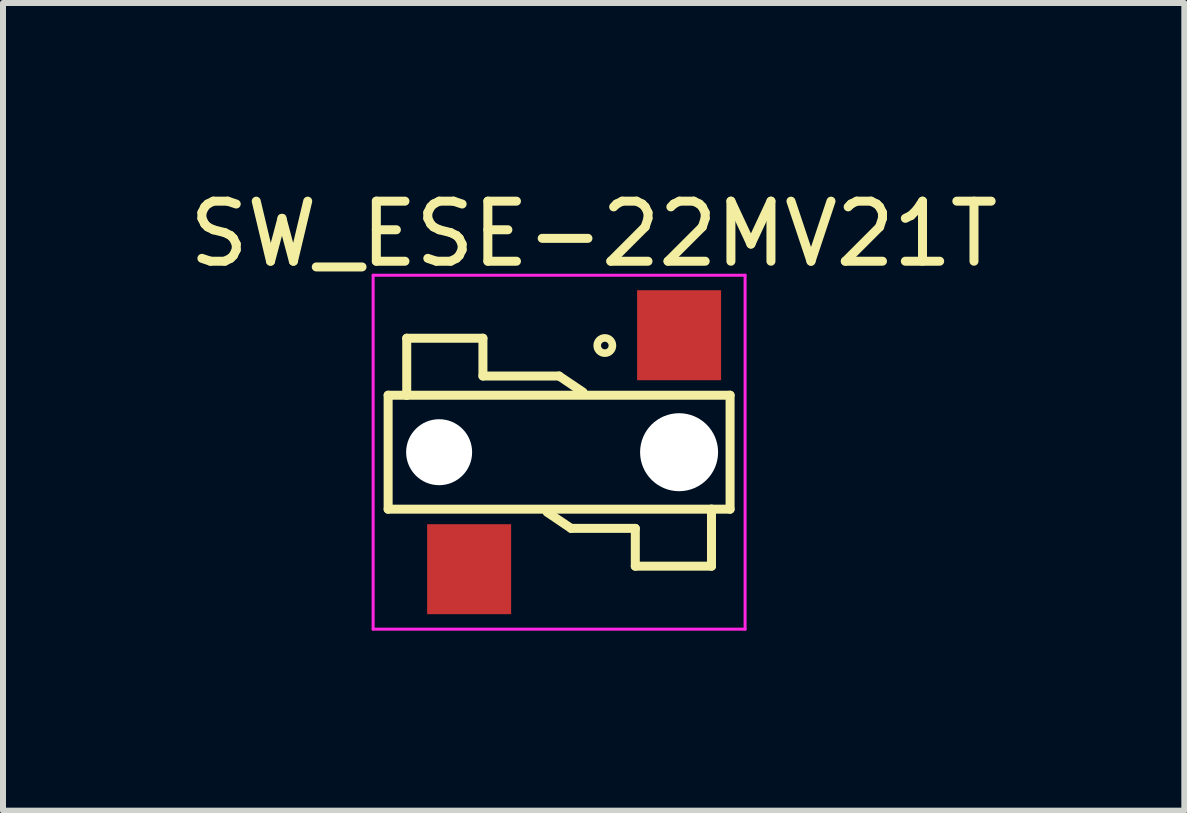
<source format=kicad_pcb>
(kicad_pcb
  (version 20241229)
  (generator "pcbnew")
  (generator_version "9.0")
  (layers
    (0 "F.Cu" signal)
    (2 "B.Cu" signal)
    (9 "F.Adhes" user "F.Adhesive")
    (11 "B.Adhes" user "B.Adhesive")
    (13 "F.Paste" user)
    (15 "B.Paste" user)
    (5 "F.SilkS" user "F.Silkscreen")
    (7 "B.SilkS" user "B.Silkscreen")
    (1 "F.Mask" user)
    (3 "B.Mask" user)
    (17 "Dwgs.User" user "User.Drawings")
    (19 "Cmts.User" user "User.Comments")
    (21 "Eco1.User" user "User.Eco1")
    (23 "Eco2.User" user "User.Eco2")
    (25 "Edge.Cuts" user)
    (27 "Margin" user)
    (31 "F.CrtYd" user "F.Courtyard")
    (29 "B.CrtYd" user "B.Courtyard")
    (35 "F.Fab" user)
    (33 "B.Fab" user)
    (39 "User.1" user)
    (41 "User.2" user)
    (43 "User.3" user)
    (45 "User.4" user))
  (footprint "SW_ESE-22MV21T"
    (layer "F.Cu")
    (at 6.27 4.488)
    (property "Reference" "SW_ESE-22MV21T" (at 0.576 -3.639 0) (layer "F.SilkS") (effects (font (size 1.001 1.001) (thickness 0.15))))
    (attr smd)
    (fp_line (start -2.85 -0.95) (end -2.54 -0.95) (stroke (width 0.15) (type solid)) (layer "F.SilkS"))
    (fp_line (start -2.85 0.95) (end -2.85 -0.95) (stroke (width 0.15) (type solid)) (layer "F.SilkS"))
    (fp_line (start -2.54 -1.9) (end -1.27 -1.9) (stroke (width 0.15) (type solid)) (layer "F.SilkS"))
    (fp_line (start -2.54 -0.95) (end -2.54 -1.9) (stroke (width 0.15) (type solid)) (layer "F.SilkS"))
    (fp_line (start -2.54 -0.95) (end 2.85 -0.95) (stroke (width 0.15) (type solid)) (layer "F.SilkS"))
    (fp_line (start -1.27 -1.9) (end -1.27 -1.27) (stroke (width 0.15) (type solid)) (layer "F.SilkS"))
    (fp_line (start -1.27 -1.27) (end 0 -1.27) (stroke (width 0.15) (type solid)) (layer "F.SilkS"))
    (fp_line (start 0 -1.27) (end 0.4 -1) (stroke (width 0.15) (type solid)) (layer "F.SilkS"))
    (fp_line (start 0.2 1.27) (end -0.2 1) (stroke (width 0.15) (type solid)) (layer "F.SilkS"))
    (fp_line (start 1.27 1.27) (end 0.2 1.27) (stroke (width 0.15) (type solid)) (layer "F.SilkS"))
    (fp_line (start 1.27 1.9) (end 1.27 1.27) (stroke (width 0.15) (type solid)) (layer "F.SilkS"))
    (fp_line (start 2.54 0.95) (end -2.85 0.95) (stroke (width 0.15) (type solid)) (layer "F.SilkS"))
    (fp_line (start 2.54 0.95) (end 2.54 1.9) (stroke (width 0.15) (type solid)) (layer "F.SilkS"))
    (fp_line (start 2.54 1.9) (end 1.27 1.9) (stroke (width 0.15) (type solid)) (layer "F.SilkS"))
    (fp_line (start 2.85 -0.95) (end 2.85 0.95) (stroke (width 0.15) (type solid)) (layer "F.SilkS"))
    (fp_line (start 2.85 0.95) (end 2.54 0.95) (stroke (width 0.15) (type solid)) (layer "F.SilkS"))
    (fp_circle (center 0.762 -1.778) (end 0.889 -1.778) (stroke (width 0.127) (type solid)) (fill no) (layer "F.SilkS"))
    (fp_line (start -3.1 -2.95) (end 3.1 -2.95) (stroke (width 0.05) (type solid)) (layer "F.CrtYd"))
    (fp_line (start -3.1 2.95) (end -3.1 -2.95) (stroke (width 0.05) (type solid)) (layer "F.CrtYd"))
    (fp_line (start 3.1 -2.95) (end 3.1 2.95) (stroke (width 0.05) (type solid)) (layer "F.CrtYd"))
    (fp_line (start 3.1 2.95) (end -3.1 2.95) (stroke (width 0.05) (type solid)) (layer "F.CrtYd"))
    (pad "" np_thru_hole circle (at -2 0) (size 1.1 1.1) (drill 1.1) (layers "*.Cu" "*.Mask"))
    (pad "" np_thru_hole circle (at 2 0) (size 1.3 1.3) (drill 1.3) (layers "*.Cu" "*.Mask"))
    (pad "1" smd rect (at 2 -1.95) (size 1.4 1.5) (layers "F.Cu" "F.Mask" "F.Paste"))
    (pad "2" smd rect (at -1.5 1.95) (size 1.4 1.5) (layers "F.Cu" "F.Mask" "F.Paste")))
  (gr_rect
    (start -3 -3)
    (end 16.692 10.463)
    (stroke (width 0.1) (type default))
    (fill no)
    (layer "Edge.Cuts")))
</source>
